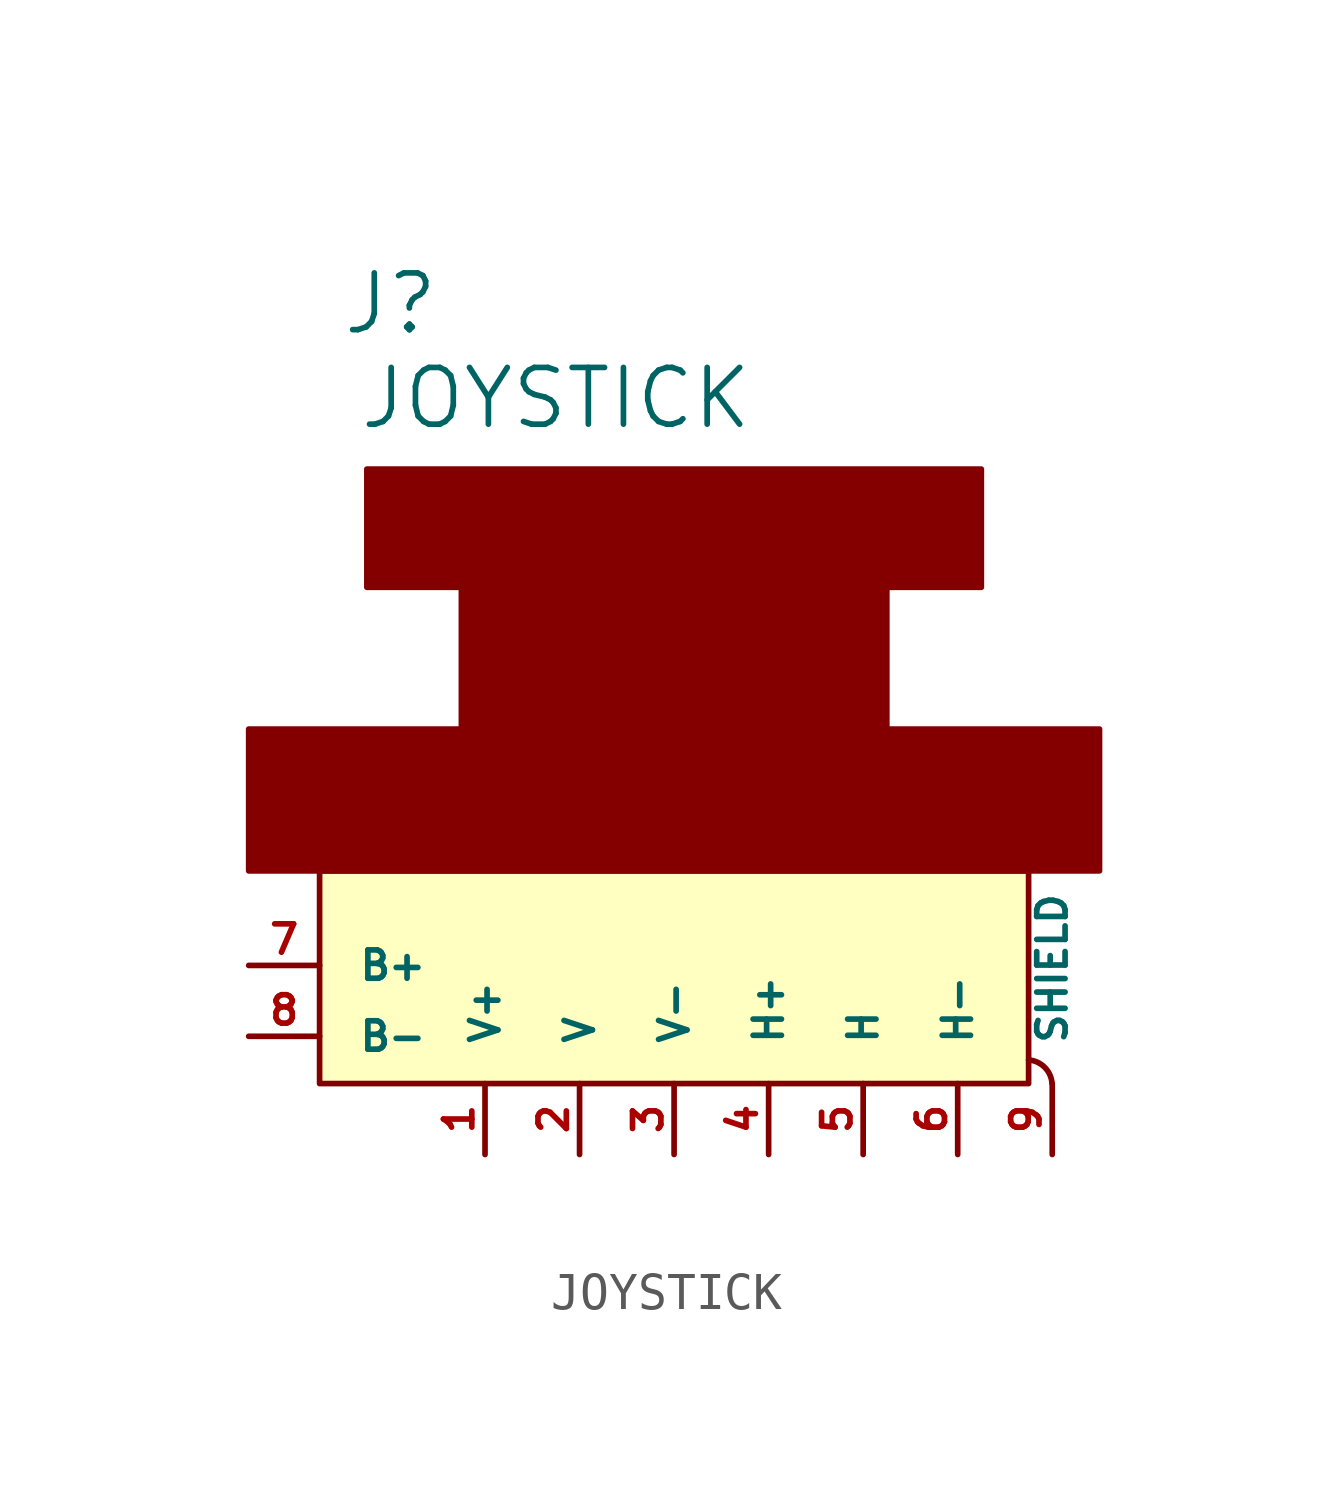
<source format=kicad_sym>
(kicad_symbol_lib
  (version 20211014)
  (generator kicad_symbol_editor)
  (symbol "JOYSTICK"
    (pin_names
      (offset 1.016))
    (property "Reference" "J"
      (at -7.62 15.24 0)
      (effects (font (size 1.524 1.524))))
    (property "Value" "JOYSTICK"
      (at -3.175 12.7 0)
      (effects (font (size 1.524 1.524))))
    (property "Datasheet" ""
      (at 1.143 16.256 0)
      (effects (font (size 3.048 3.048))))
    (symbol "JOYSTICK_0_1"
      (rectangle (start -11.43 3.81) (end 11.43 0) (stroke (width 0) (type default) (color 0 0 0 0)) (fill (type outline)))
      (rectangle (start -8.255 10.795) (end 8.255 7.62) (stroke (width 0) (type default) (color 0 0 0 0)) (fill (type outline)))
      (rectangle (start -5.715 7.62) (end 5.715 3.81) (stroke (width 0) (type default) (color 0 0 0 0)) (fill (type outline)))
      (rectangle (start 9.525 -5.715) (end -9.525 0) (stroke (width 0) (type default) (color 0 0 0 0)) (fill (type background)))
      (arc (start 10.16 -5.715) (mid 9.9616 -5.2784) (end 9.525 -5.08) (stroke (width 0) (type default) (color 0 0 0 0)) (fill (type none))))
    (symbol "JOYSTICK_1_1"
      (pin passive line (at -5.08 -7.62 90) (length 1.905) (name "V+" (effects (font (size 0.762 0.762)))) (number "1" (effects (font (size 0.762 0.762)))))
      (pin passive line (at -2.54 -7.62 90) (length 1.905) (name "V" (effects (font (size 0.762 0.762)))) (number "2" (effects (font (size 0.762 0.762)))))
      (pin passive line (at 0 -7.62 90) (length 1.905) (name "V-" (effects (font (size 0.762 0.762)))) (number "3" (effects (font (size 0.762 0.762)))))
      (pin passive line (at 2.54 -7.62 90) (length 1.905) (name "H+~{}" (effects (font (size 0.762 0.762)))) (number "4" (effects (font (size 0.762 0.762)))))
      (pin passive line (at 5.08 -7.62 90) (length 1.905) (name "H" (effects (font (size 0.762 0.762)))) (number "5" (effects (font (size 0.762 0.762)))))
      (pin passive line (at 7.62 -7.62 90) (length 1.905) (name "H-" (effects (font (size 0.762 0.762)))) (number "6" (effects (font (size 0.762 0.762)))))
      (pin passive line (at -11.43 -2.54 0) (length 1.905) (name "B+" (effects (font (size 0.762 0.762)))) (number "7" (effects (font (size 0.762 0.762)))))
      (pin passive line (at -11.43 -4.445 0) (length 1.905) (name "B-" (effects (font (size 0.762 0.762)))) (number "8" (effects (font (size 0.762 0.762)))))
      (pin passive line (at 10.16 -7.62 90) (length 1.905) (name "SHIELD" (effects (font (size 0.762 0.762)))) (number "9" (effects (font (size 0.762 0.762))))))))
</source>
